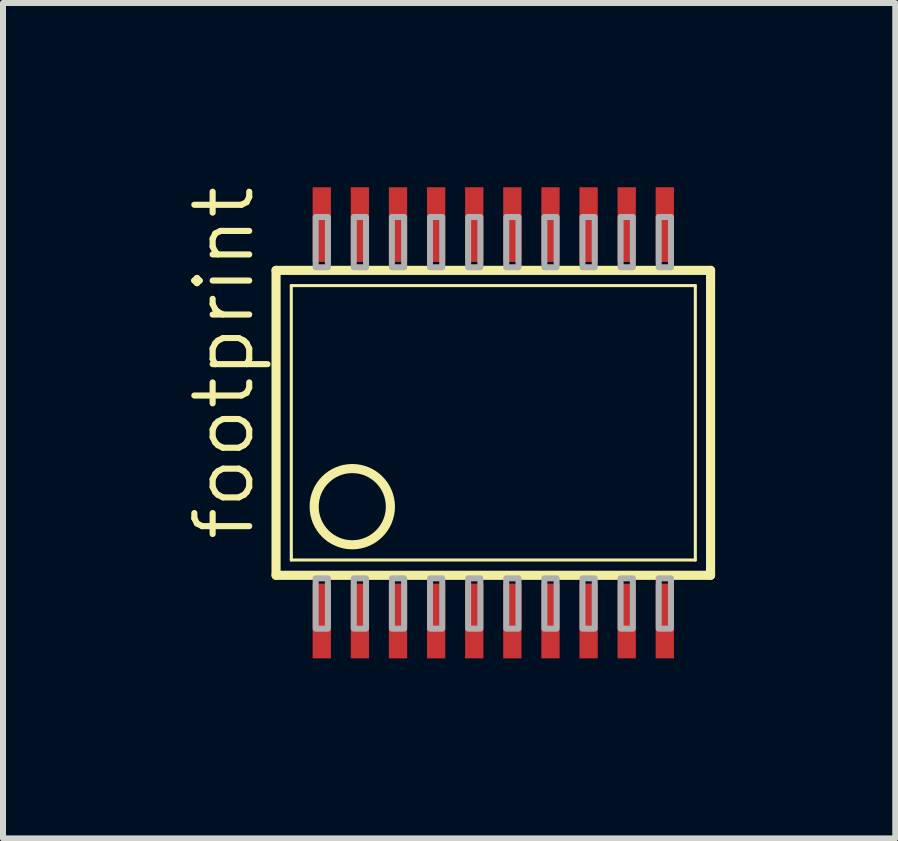
<source format=kicad_pcb>
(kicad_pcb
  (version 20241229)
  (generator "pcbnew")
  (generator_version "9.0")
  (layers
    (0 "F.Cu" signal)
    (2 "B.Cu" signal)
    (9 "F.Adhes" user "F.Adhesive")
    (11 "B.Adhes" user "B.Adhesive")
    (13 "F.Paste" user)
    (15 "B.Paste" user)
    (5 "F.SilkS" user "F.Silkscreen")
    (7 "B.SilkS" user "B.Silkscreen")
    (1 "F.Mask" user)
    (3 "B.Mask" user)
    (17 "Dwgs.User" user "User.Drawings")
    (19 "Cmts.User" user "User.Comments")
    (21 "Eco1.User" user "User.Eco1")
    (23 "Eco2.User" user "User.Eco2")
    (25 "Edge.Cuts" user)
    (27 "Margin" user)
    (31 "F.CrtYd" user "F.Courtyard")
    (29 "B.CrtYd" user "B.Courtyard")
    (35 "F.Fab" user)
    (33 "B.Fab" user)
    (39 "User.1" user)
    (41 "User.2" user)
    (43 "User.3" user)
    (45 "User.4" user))
  (footprint "footprint"
    (layer "F.Cu")
    (at 5.105 3.943)
    (property "Reference" "footprint" (at -3.886 2.057 90) (layer "F.SilkS") (effects (font (size 0.914 0.914) (thickness 0.102)) (justify left bottom)))
    (fp_line (start -3.556 2.591) (end -3.556 -2.489) (stroke (width 0.152) (type solid)) (layer "F.SilkS"))
    (fp_line (start -3.556 2.591) (end 3.683 2.591) (stroke (width 0.152) (type solid)) (layer "F.SilkS"))
    (fp_line (start -3.302 2.337) (end -3.302 -2.235) (stroke (width 0.051) (type solid)) (layer "F.SilkS"))
    (fp_line (start -3.302 2.337) (end 3.429 2.337) (stroke (width 0.051) (type solid)) (layer "F.SilkS"))
    (fp_line (start 3.429 -2.235) (end -3.302 -2.235) (stroke (width 0.051) (type solid)) (layer "F.SilkS"))
    (fp_line (start 3.429 -2.235) (end 3.429 2.337) (stroke (width 0.051) (type solid)) (layer "F.SilkS"))
    (fp_line (start 3.683 -2.489) (end -3.556 -2.489) (stroke (width 0.152) (type solid)) (layer "F.SilkS"))
    (fp_line (start 3.683 -2.489) (end 3.683 2.591) (stroke (width 0.152) (type solid)) (layer "F.SilkS"))
    (fp_circle (center -2.286 1.448) (end -1.651 1.448) (stroke (width 0.152) (type solid)) (fill no) (layer "F.SilkS"))
    (fp_poly (pts (xy -2.896 -2.54) (xy -2.692 -2.54) (xy -2.692 -3.378) (xy -2.896 -3.378)) (stroke (width 0.1) (type solid)) (fill no) (layer "F.Fab"))
    (fp_poly (pts (xy -2.896 3.48) (xy -2.692 3.48) (xy -2.692 2.642) (xy -2.896 2.642)) (stroke (width 0.1) (type solid)) (fill no) (layer "F.Fab"))
    (fp_poly (pts (xy -2.261 -2.54) (xy -2.057 -2.54) (xy -2.057 -3.378) (xy -2.261 -3.378)) (stroke (width 0.1) (type solid)) (fill no) (layer "F.Fab"))
    (fp_poly (pts (xy -2.261 3.48) (xy -2.057 3.48) (xy -2.057 2.642) (xy -2.261 2.642)) (stroke (width 0.1) (type solid)) (fill no) (layer "F.Fab"))
    (fp_poly (pts (xy -1.626 -2.54) (xy -1.422 -2.54) (xy -1.422 -3.378) (xy -1.626 -3.378)) (stroke (width 0.1) (type solid)) (fill no) (layer "F.Fab"))
    (fp_poly (pts (xy -1.626 3.48) (xy -1.422 3.48) (xy -1.422 2.642) (xy -1.626 2.642)) (stroke (width 0.1) (type solid)) (fill no) (layer "F.Fab"))
    (fp_poly (pts (xy -0.991 -2.54) (xy -0.787 -2.54) (xy -0.787 -3.378) (xy -0.991 -3.378)) (stroke (width 0.1) (type solid)) (fill no) (layer "F.Fab"))
    (fp_poly (pts (xy -0.991 3.48) (xy -0.787 3.48) (xy -0.787 2.642) (xy -0.991 2.642)) (stroke (width 0.1) (type solid)) (fill no) (layer "F.Fab"))
    (fp_poly (pts (xy -0.356 -2.54) (xy -0.152 -2.54) (xy -0.152 -3.378) (xy -0.356 -3.378)) (stroke (width 0.1) (type solid)) (fill no) (layer "F.Fab"))
    (fp_poly (pts (xy -0.356 3.48) (xy -0.152 3.48) (xy -0.152 2.642) (xy -0.356 2.642)) (stroke (width 0.1) (type solid)) (fill no) (layer "F.Fab"))
    (fp_poly (pts (xy 0.279 -2.54) (xy 0.483 -2.54) (xy 0.483 -3.378) (xy 0.279 -3.378)) (stroke (width 0.1) (type solid)) (fill no) (layer "F.Fab"))
    (fp_poly (pts (xy 0.279 3.48) (xy 0.483 3.48) (xy 0.483 2.642) (xy 0.279 2.642)) (stroke (width 0.1) (type solid)) (fill no) (layer "F.Fab"))
    (fp_poly (pts (xy 0.914 -2.54) (xy 1.118 -2.54) (xy 1.118 -3.378) (xy 0.914 -3.378)) (stroke (width 0.1) (type solid)) (fill no) (layer "F.Fab"))
    (fp_poly (pts (xy 0.914 3.48) (xy 1.118 3.48) (xy 1.118 2.642) (xy 0.914 2.642)) (stroke (width 0.1) (type solid)) (fill no) (layer "F.Fab"))
    (fp_poly (pts (xy 1.549 -2.54) (xy 1.753 -2.54) (xy 1.753 -3.378) (xy 1.549 -3.378)) (stroke (width 0.1) (type solid)) (fill no) (layer "F.Fab"))
    (fp_poly (pts (xy 1.549 3.48) (xy 1.753 3.48) (xy 1.753 2.642) (xy 1.549 2.642)) (stroke (width 0.1) (type solid)) (fill no) (layer "F.Fab"))
    (fp_poly (pts (xy 2.184 -2.54) (xy 2.388 -2.54) (xy 2.388 -3.378) (xy 2.184 -3.378)) (stroke (width 0.1) (type solid)) (fill no) (layer "F.Fab"))
    (fp_poly (pts (xy 2.184 3.48) (xy 2.388 3.48) (xy 2.388 2.642) (xy 2.184 2.642)) (stroke (width 0.1) (type solid)) (fill no) (layer "F.Fab"))
    (fp_poly (pts (xy 2.819 -2.54) (xy 3.023 -2.54) (xy 3.023 -3.378) (xy 2.819 -3.378)) (stroke (width 0.1) (type solid)) (fill no) (layer "F.Fab"))
    (fp_poly (pts (xy 2.819 3.48) (xy 3.023 3.48) (xy 3.023 2.642) (xy 2.819 2.642)) (stroke (width 0.1) (type solid)) (fill no) (layer "F.Fab"))
    (pad "1" smd rect (at -2.794 3.353) (size 0.305 1.245) (layers "F.Cu" "F.Mask" "F.Paste"))
    (pad "2" smd rect (at -2.159 3.353) (size 0.305 1.245) (layers "F.Cu" "F.Mask" "F.Paste"))
    (pad "3" smd rect (at -1.524 3.353) (size 0.305 1.245) (layers "F.Cu" "F.Mask" "F.Paste"))
    (pad "4" smd rect (at -0.889 3.353) (size 0.305 1.245) (layers "F.Cu" "F.Mask" "F.Paste"))
    (pad "5" smd rect (at -0.254 3.353) (size 0.305 1.245) (layers "F.Cu" "F.Mask" "F.Paste"))
    (pad "6" smd rect (at 0.381 3.353) (size 0.305 1.245) (layers "F.Cu" "F.Mask" "F.Paste"))
    (pad "7" smd rect (at 1.016 3.353) (size 0.305 1.245) (layers "F.Cu" "F.Mask" "F.Paste"))
    (pad "8" smd rect (at 1.651 3.353) (size 0.305 1.245) (layers "F.Cu" "F.Mask" "F.Paste"))
    (pad "9" smd rect (at 2.286 3.353) (size 0.305 1.245) (layers "F.Cu" "F.Mask" "F.Paste"))
    (pad "10" smd rect (at 2.921 3.353) (size 0.305 1.245) (layers "F.Cu" "F.Mask" "F.Paste"))
    (pad "11" smd rect (at 2.921 -3.251) (size 0.305 1.245) (layers "F.Cu" "F.Mask" "F.Paste"))
    (pad "12" smd rect (at 2.286 -3.251) (size 0.305 1.245) (layers "F.Cu" "F.Mask" "F.Paste"))
    (pad "13" smd rect (at 1.651 -3.251) (size 0.305 1.245) (layers "F.Cu" "F.Mask" "F.Paste"))
    (pad "14" smd rect (at 1.016 -3.251) (size 0.305 1.245) (layers "F.Cu" "F.Mask" "F.Paste"))
    (pad "15" smd rect (at 0.381 -3.251) (size 0.305 1.245) (layers "F.Cu" "F.Mask" "F.Paste"))
    (pad "16" smd rect (at -0.254 -3.251) (size 0.305 1.245) (layers "F.Cu" "F.Mask" "F.Paste"))
    (pad "17" smd rect (at -0.889 -3.251) (size 0.305 1.245) (layers "F.Cu" "F.Mask" "F.Paste"))
    (pad "18" smd rect (at -1.524 -3.251) (size 0.305 1.245) (layers "F.Cu" "F.Mask" "F.Paste"))
    (pad "19" smd rect (at -2.159 -3.251) (size 0.305 1.245) (layers "F.Cu" "F.Mask" "F.Paste"))
    (pad "20" smd rect (at -2.794 -3.251) (size 0.305 1.245) (layers "F.Cu" "F.Mask" "F.Paste")))
  (gr_rect
    (start -3 -3)
    (end 11.865 10.918)
    (stroke (width 0.1) (type default))
    (fill no)
    (layer "Edge.Cuts")))
</source>
